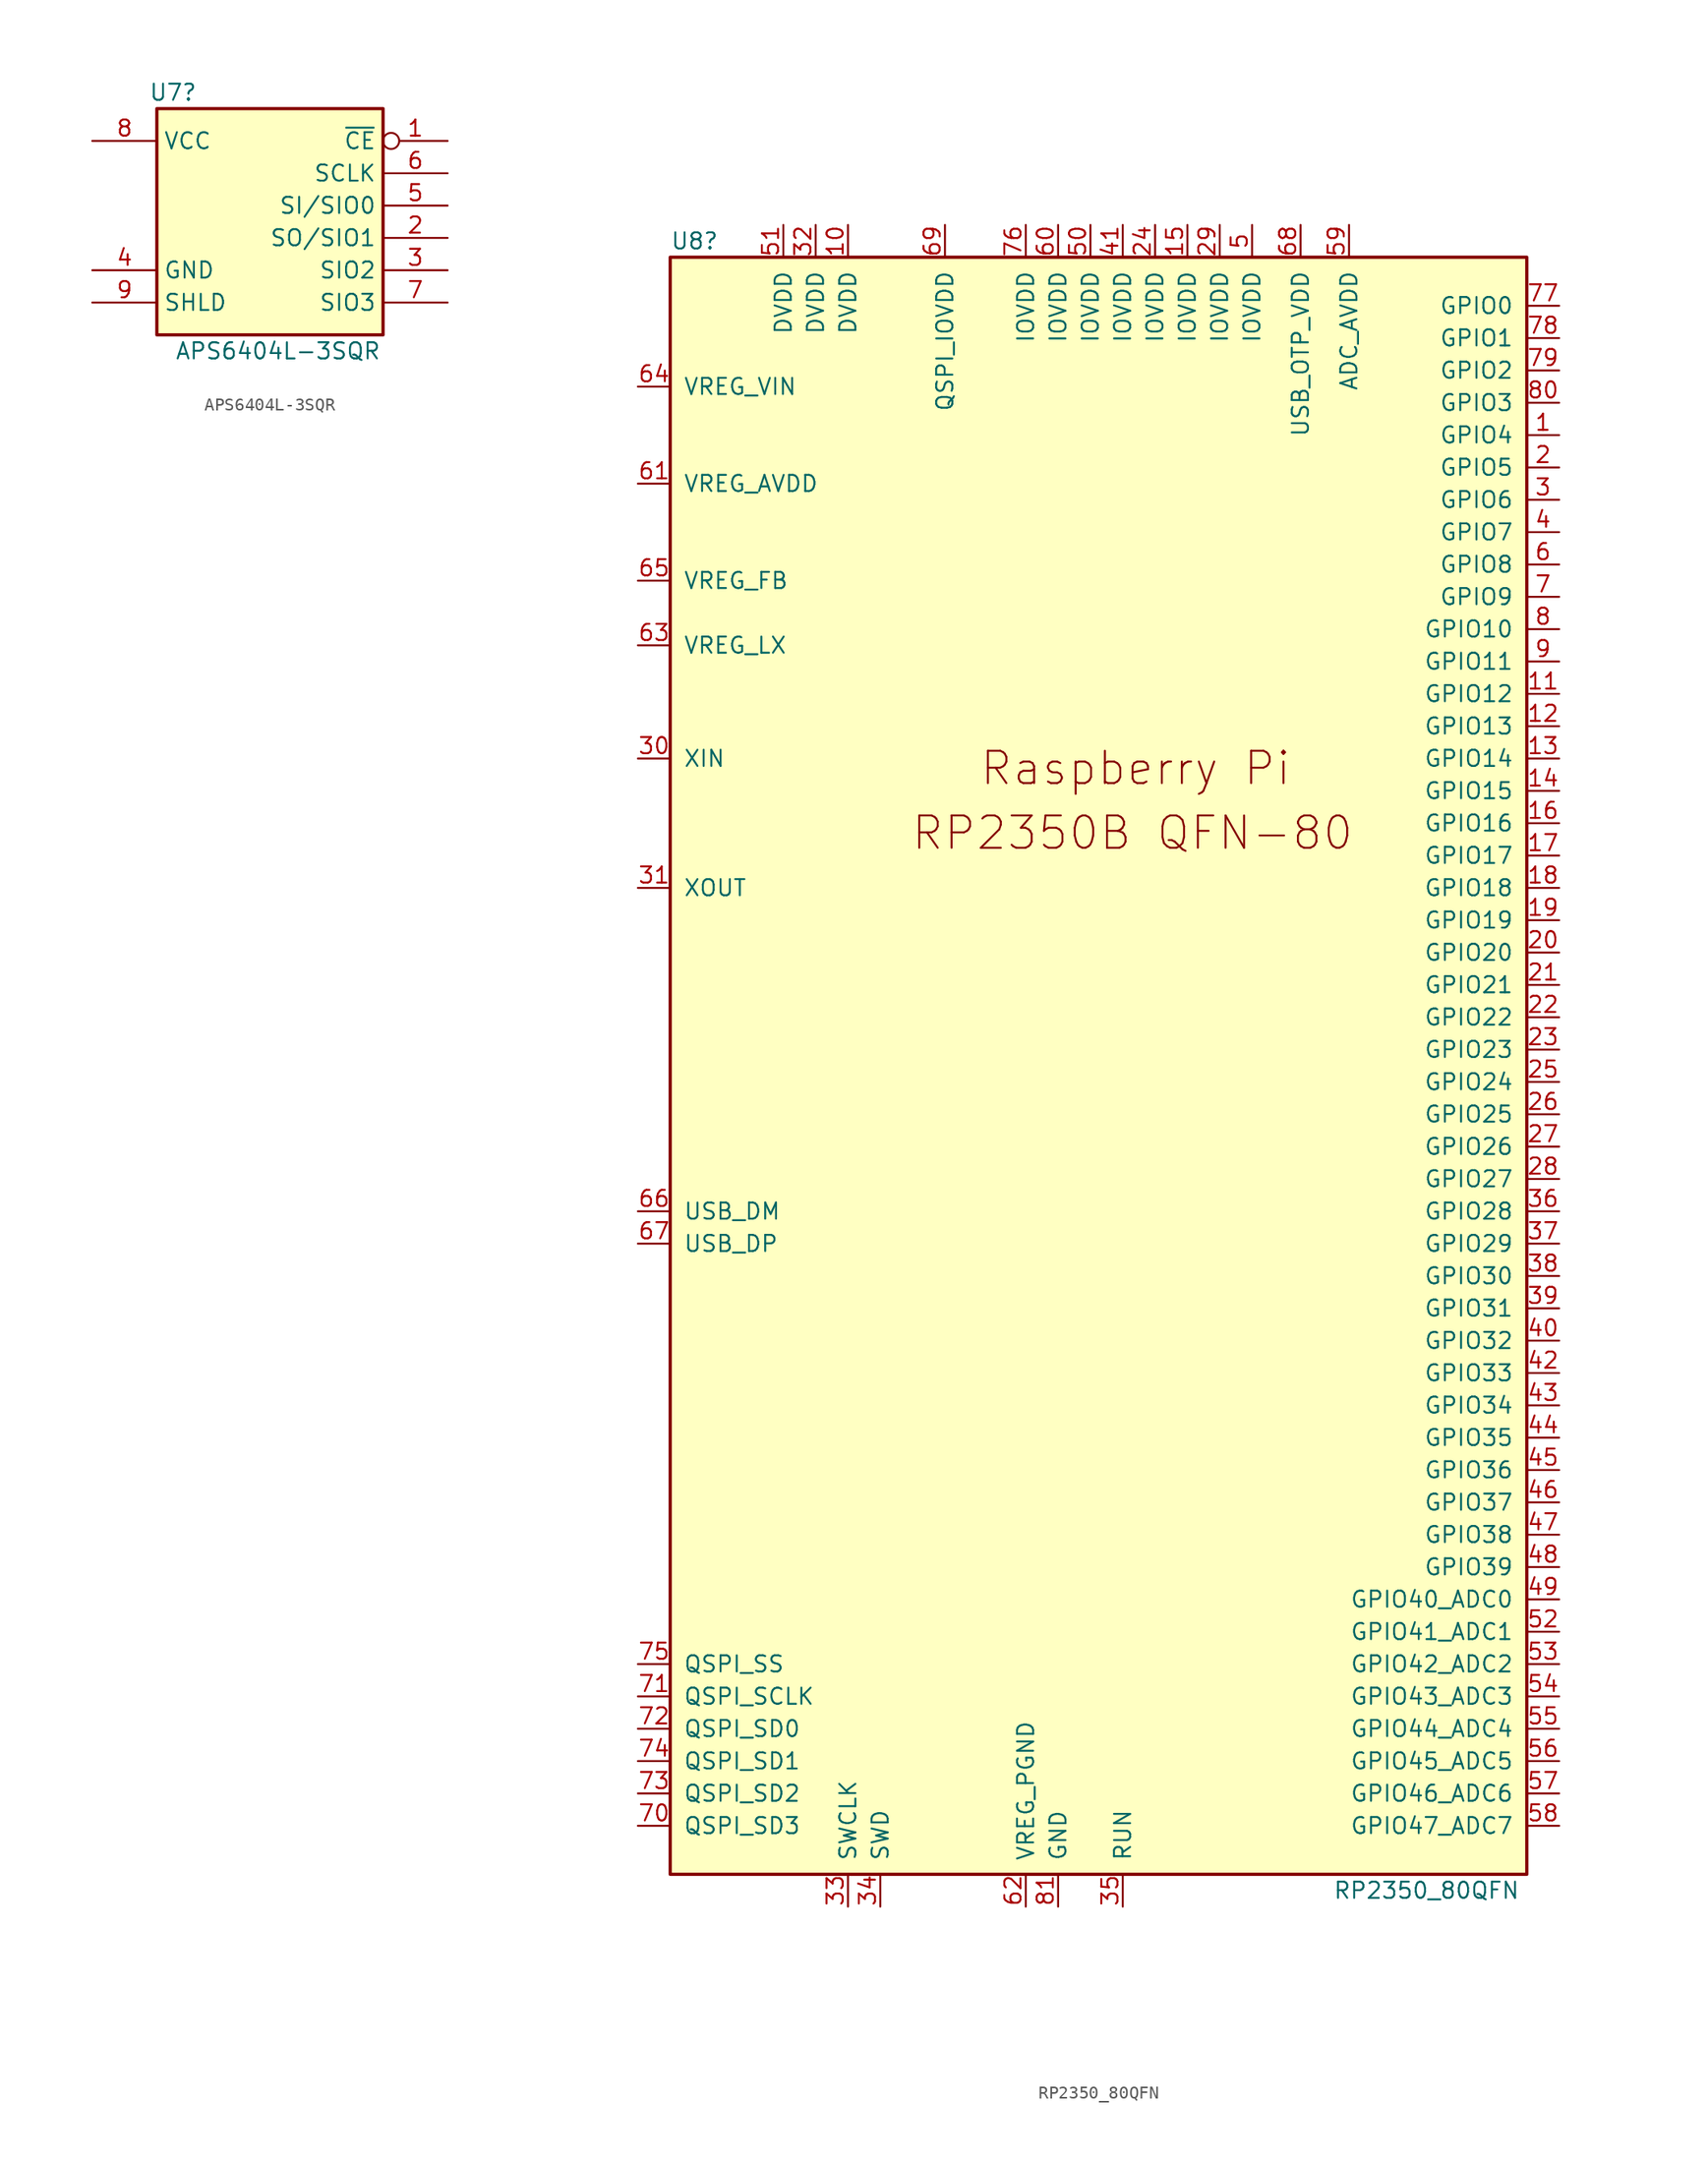
<source format=kicad_sym>
(kicad_symbol_lib
  (version 20231120)
  (generator "kicad_symbol_editor")
  (generator_version "8.0")
  (symbol "APS6404L-3SQR"
    (property "Reference" "U7"
      (at -8.89 10.16 0)
      (effects (font (size 1.27 1.27))))
    (property "Value" "APS6404L-3SQR"
      (at -0.635 -10.16 0)
      (effects (font (size 1.27 1.27))))
    (symbol "APS6404L-3SQR_0_1"
      (rectangle (start -10.16 8.89) (end 7.62 -8.89) (stroke (width 0.254) (type default)) (fill (type background))))
    (symbol "APS6404L-3SQR_1_1"
      (pin input inverted (at 12.7 6.35 180) (length 5.08) (name "~{CE}" (effects (font (size 1.27 1.27)))) (number "1" (effects (font (size 1.27 1.27)))))
      (pin bidirectional line (at 12.7 -1.27 180) (length 5.08) (name "SO/SIO1" (effects (font (size 1.27 1.27)))) (number "2" (effects (font (size 1.27 1.27)))))
      (pin bidirectional line (at 12.7 -3.81 180) (length 5.08) (name "SIO2" (effects (font (size 1.27 1.27)))) (number "3" (effects (font (size 1.27 1.27)))))
      (pin power_in line (at -15.24 -3.81 0) (length 5.08) (name "GND" (effects (font (size 1.27 1.27)))) (number "4" (effects (font (size 1.27 1.27)))))
      (pin bidirectional line (at 12.7 1.27 180) (length 5.08) (name "SI/SIO0" (effects (font (size 1.27 1.27)))) (number "5" (effects (font (size 1.27 1.27)))))
      (pin input line (at 12.7 3.81 180) (length 5.08) (name "SCLK" (effects (font (size 1.27 1.27)))) (number "6" (effects (font (size 1.27 1.27)))))
      (pin bidirectional line (at 12.7 -6.35 180) (length 5.08) (name "SIO3" (effects (font (size 1.27 1.27)))) (number "7" (effects (font (size 1.27 1.27)))))
      (pin power_in line (at -15.24 6.35 0) (length 5.08) (name "VCC" (effects (font (size 1.27 1.27)))) (number "8" (effects (font (size 1.27 1.27)))))
      (pin passive line (at -15.24 -6.35 0) (length 5.08) (name "SHLD" (effects (font (size 1.27 1.27)))) (number "9" (effects (font (size 1.27 1.27)))))))
  (symbol "RP2350_80QFN"
    (pin_names
      (offset 1.016))
    (property "Reference" "U8"
      (at -29.21 63.5 0)
      (effects (font (size 1.27 1.27)) (justify left)))
    (property "Value" "RP2350_80QFN"
      (at 22.86 -66.04 0)
      (effects (font (size 1.27 1.27)) (justify left)))
    (symbol "RP2350_80QFN_0_0"
      (text "Raspberry Pi" (at 7.366 22.098 0) (effects (font (size 2.54 2.54)))))
    (symbol "RP2350_80QFN_0_1"
      (rectangle (start -29.21 62.23) (end 38.1 -64.77) (stroke (width 0.254) (type default)) (fill (type background))))
    (symbol "RP2350_80QFN_1_0"
      (text "RP2350B QFN-80" (at 7.112 17.018 0) (effects (font (size 2.54 2.54)))))
    (symbol "RP2350_80QFN_1_1"
      (pin bidirectional line (at 40.64 48.26 180) (length 2.54) (name "GPIO4" (effects (font (size 1.27 1.27)))) (number "1" (effects (font (size 1.27 1.27)))))
      (pin power_in line (at -15.24 64.77 270) (length 2.54) (name "DVDD" (effects (font (size 1.27 1.27)))) (number "10" (effects (font (size 1.27 1.27)))))
      (pin bidirectional line (at 40.64 27.94 180) (length 2.54) (name "GPIO12" (effects (font (size 1.27 1.27)))) (number "11" (effects (font (size 1.27 1.27)))))
      (pin bidirectional line (at 40.64 25.4 180) (length 2.54) (name "GPIO13" (effects (font (size 1.27 1.27)))) (number "12" (effects (font (size 1.27 1.27)))))
      (pin bidirectional line (at 40.64 22.86 180) (length 2.54) (name "GPIO14" (effects (font (size 1.27 1.27)))) (number "13" (effects (font (size 1.27 1.27)))))
      (pin bidirectional line (at 40.64 20.32 180) (length 2.54) (name "GPIO15" (effects (font (size 1.27 1.27)))) (number "14" (effects (font (size 1.27 1.27)))))
      (pin power_in line (at 11.43 64.77 270) (length 2.54) (name "IOVDD" (effects (font (size 1.27 1.27)))) (number "15" (effects (font (size 1.27 1.27)))))
      (pin bidirectional line (at 40.64 17.78 180) (length 2.54) (name "GPIO16" (effects (font (size 1.27 1.27)))) (number "16" (effects (font (size 1.27 1.27)))))
      (pin bidirectional line (at 40.64 15.24 180) (length 2.54) (name "GPIO17" (effects (font (size 1.27 1.27)))) (number "17" (effects (font (size 1.27 1.27)))))
      (pin bidirectional line (at 40.64 12.7 180) (length 2.54) (name "GPIO18" (effects (font (size 1.27 1.27)))) (number "18" (effects (font (size 1.27 1.27)))))
      (pin bidirectional line (at 40.64 10.16 180) (length 2.54) (name "GPIO19" (effects (font (size 1.27 1.27)))) (number "19" (effects (font (size 1.27 1.27)))))
      (pin bidirectional line (at 40.64 45.72 180) (length 2.54) (name "GPIO5" (effects (font (size 1.27 1.27)))) (number "2" (effects (font (size 1.27 1.27)))))
      (pin bidirectional line (at 40.64 7.62 180) (length 2.54) (name "GPIO20" (effects (font (size 1.27 1.27)))) (number "20" (effects (font (size 1.27 1.27)))))
      (pin bidirectional line (at 40.64 5.08 180) (length 2.54) (name "GPIO21" (effects (font (size 1.27 1.27)))) (number "21" (effects (font (size 1.27 1.27)))))
      (pin bidirectional line (at 40.64 2.54 180) (length 2.54) (name "GPIO22" (effects (font (size 1.27 1.27)))) (number "22" (effects (font (size 1.27 1.27)))))
      (pin bidirectional line (at 40.64 0 180) (length 2.54) (name "GPIO23" (effects (font (size 1.27 1.27)))) (number "23" (effects (font (size 1.27 1.27)))))
      (pin power_in line (at 8.89 64.77 270) (length 2.54) (name "IOVDD" (effects (font (size 1.27 1.27)))) (number "24" (effects (font (size 1.27 1.27)))))
      (pin bidirectional line (at 40.64 -2.54 180) (length 2.54) (name "GPIO24" (effects (font (size 1.27 1.27)))) (number "25" (effects (font (size 1.27 1.27)))))
      (pin bidirectional line (at 40.64 -5.08 180) (length 2.54) (name "GPIO25" (effects (font (size 1.27 1.27)))) (number "26" (effects (font (size 1.27 1.27)))))
      (pin bidirectional line (at 40.64 -7.62 180) (length 2.54) (name "GPIO26" (effects (font (size 1.27 1.27)))) (number "27" (effects (font (size 1.27 1.27)))))
      (pin bidirectional line (at 40.64 -10.16 180) (length 2.54) (name "GPIO27" (effects (font (size 1.27 1.27)))) (number "28" (effects (font (size 1.27 1.27)))))
      (pin power_in line (at 13.97 64.77 270) (length 2.54) (name "IOVDD" (effects (font (size 1.27 1.27)))) (number "29" (effects (font (size 1.27 1.27)))))
      (pin bidirectional line (at 40.64 43.18 180) (length 2.54) (name "GPIO6" (effects (font (size 1.27 1.27)))) (number "3" (effects (font (size 1.27 1.27)))))
      (pin input line (at -31.75 22.86 0) (length 2.54) (name "XIN" (effects (font (size 1.27 1.27)))) (number "30" (effects (font (size 1.27 1.27)))))
      (pin passive line (at -31.75 12.7 0) (length 2.54) (name "XOUT" (effects (font (size 1.27 1.27)))) (number "31" (effects (font (size 1.27 1.27)))))
      (pin power_in line (at -17.78 64.77 270) (length 2.54) (name "DVDD" (effects (font (size 1.27 1.27)))) (number "32" (effects (font (size 1.27 1.27)))))
      (pin output line (at -15.24 -67.31 90) (length 2.54) (name "SWCLK" (effects (font (size 1.27 1.27)))) (number "33" (effects (font (size 1.27 1.27)))))
      (pin bidirectional line (at -12.7 -67.31 90) (length 2.54) (name "SWD" (effects (font (size 1.27 1.27)))) (number "34" (effects (font (size 1.27 1.27)))))
      (pin input line (at 6.35 -67.31 90) (length 2.54) (name "RUN" (effects (font (size 1.27 1.27)))) (number "35" (effects (font (size 1.27 1.27)))))
      (pin bidirectional line (at 40.64 -12.7 180) (length 2.54) (name "GPIO28" (effects (font (size 1.27 1.27)))) (number "36" (effects (font (size 1.27 1.27)))))
      (pin bidirectional line (at 40.64 -15.24 180) (length 2.54) (name "GPIO29" (effects (font (size 1.27 1.27)))) (number "37" (effects (font (size 1.27 1.27)))))
      (pin bidirectional line (at 40.64 -17.78 180) (length 2.54) (name "GPIO30" (effects (font (size 1.27 1.27)))) (number "38" (effects (font (size 1.27 1.27)))))
      (pin bidirectional line (at 40.64 -20.32 180) (length 2.54) (name "GPIO31" (effects (font (size 1.27 1.27)))) (number "39" (effects (font (size 1.27 1.27)))))
      (pin bidirectional line (at 40.64 40.64 180) (length 2.54) (name "GPIO7" (effects (font (size 1.27 1.27)))) (number "4" (effects (font (size 1.27 1.27)))))
      (pin bidirectional line (at 40.64 -22.86 180) (length 2.54) (name "GPIO32" (effects (font (size 1.27 1.27)))) (number "40" (effects (font (size 1.27 1.27)))))
      (pin power_in line (at 6.35 64.77 270) (length 2.54) (name "IOVDD" (effects (font (size 1.27 1.27)))) (number "41" (effects (font (size 1.27 1.27)))))
      (pin bidirectional line (at 40.64 -25.4 180) (length 2.54) (name "GPIO33" (effects (font (size 1.27 1.27)))) (number "42" (effects (font (size 1.27 1.27)))))
      (pin bidirectional line (at 40.64 -27.94 180) (length 2.54) (name "GPIO34" (effects (font (size 1.27 1.27)))) (number "43" (effects (font (size 1.27 1.27)))))
      (pin bidirectional line (at 40.64 -30.48 180) (length 2.54) (name "GPIO35" (effects (font (size 1.27 1.27)))) (number "44" (effects (font (size 1.27 1.27)))))
      (pin bidirectional line (at 40.64 -33.02 180) (length 2.54) (name "GPIO36" (effects (font (size 1.27 1.27)))) (number "45" (effects (font (size 1.27 1.27)))))
      (pin bidirectional line (at 40.64 -35.56 180) (length 2.54) (name "GPIO37" (effects (font (size 1.27 1.27)))) (number "46" (effects (font (size 1.27 1.27)))))
      (pin bidirectional line (at 40.64 -38.1 180) (length 2.54) (name "GPIO38" (effects (font (size 1.27 1.27)))) (number "47" (effects (font (size 1.27 1.27)))))
      (pin bidirectional line (at 40.64 -40.64 180) (length 2.54) (name "GPIO39" (effects (font (size 1.27 1.27)))) (number "48" (effects (font (size 1.27 1.27)))))
      (pin bidirectional line (at 40.64 -43.18 180) (length 2.54) (name "GPIO40_ADC0" (effects (font (size 1.27 1.27)))) (number "49" (effects (font (size 1.27 1.27)))))
      (pin power_in line (at 16.51 64.77 270) (length 2.54) (name "IOVDD" (effects (font (size 1.27 1.27)))) (number "5" (effects (font (size 1.27 1.27)))))
      (pin power_in line (at 3.81 64.77 270) (length 2.54) (name "IOVDD" (effects (font (size 1.27 1.27)))) (number "50" (effects (font (size 1.27 1.27)))))
      (pin power_in line (at -20.32 64.77 270) (length 2.54) (name "DVDD" (effects (font (size 1.27 1.27)))) (number "51" (effects (font (size 1.27 1.27)))))
      (pin bidirectional line (at 40.64 -45.72 180) (length 2.54) (name "GPIO41_ADC1" (effects (font (size 1.27 1.27)))) (number "52" (effects (font (size 1.27 1.27)))))
      (pin bidirectional line (at 40.64 -48.26 180) (length 2.54) (name "GPIO42_ADC2" (effects (font (size 1.27 1.27)))) (number "53" (effects (font (size 1.27 1.27)))))
      (pin bidirectional line (at 40.64 -50.8 180) (length 2.54) (name "GPIO43_ADC3" (effects (font (size 1.27 1.27)))) (number "54" (effects (font (size 1.27 1.27)))))
      (pin bidirectional line (at 40.64 -53.34 180) (length 2.54) (name "GPIO44_ADC4" (effects (font (size 1.27 1.27)))) (number "55" (effects (font (size 1.27 1.27)))))
      (pin bidirectional line (at 40.64 -55.88 180) (length 2.54) (name "GPIO45_ADC5" (effects (font (size 1.27 1.27)))) (number "56" (effects (font (size 1.27 1.27)))))
      (pin bidirectional line (at 40.64 -58.42 180) (length 2.54) (name "GPIO46_ADC6" (effects (font (size 1.27 1.27)))) (number "57" (effects (font (size 1.27 1.27)))))
      (pin bidirectional line (at 40.64 -60.96 180) (length 2.54) (name "GPIO47_ADC7" (effects (font (size 1.27 1.27)))) (number "58" (effects (font (size 1.27 1.27)))))
      (pin power_in line (at 24.13 64.77 270) (length 2.54) (name "ADC_AVDD" (effects (font (size 1.27 1.27)))) (number "59" (effects (font (size 1.27 1.27)))))
      (pin bidirectional line (at 40.64 38.1 180) (length 2.54) (name "GPIO8" (effects (font (size 1.27 1.27)))) (number "6" (effects (font (size 1.27 1.27)))))
      (pin power_in line (at 1.27 64.77 270) (length 2.54) (name "IOVDD" (effects (font (size 1.27 1.27)))) (number "60" (effects (font (size 1.27 1.27)))))
      (pin input line (at -31.75 44.45 0) (length 2.54) (name "VREG_AVDD" (effects (font (size 1.27 1.27)))) (number "61" (effects (font (size 1.27 1.27)))))
      (pin power_in line (at -1.27 -67.31 90) (length 2.54) (name "VREG_PGND" (effects (font (size 1.27 1.27)))) (number "62" (effects (font (size 1.27 1.27)))))
      (pin power_out line (at -31.75 31.75 0) (length 2.54) (name "VREG_LX" (effects (font (size 1.27 1.27)))) (number "63" (effects (font (size 1.27 1.27)))))
      (pin power_in line (at -31.75 52.07 0) (length 2.54) (name "VREG_VIN" (effects (font (size 1.27 1.27)))) (number "64" (effects (font (size 1.27 1.27)))))
      (pin input line (at -31.75 36.83 0) (length 2.54) (name "VREG_FB" (effects (font (size 1.27 1.27)))) (number "65" (effects (font (size 1.27 1.27)))))
      (pin bidirectional line (at -31.75 -12.7 0) (length 2.54) (name "USB_DM" (effects (font (size 1.27 1.27)))) (number "66" (effects (font (size 1.27 1.27)))))
      (pin bidirectional line (at -31.75 -15.24 0) (length 2.54) (name "USB_DP" (effects (font (size 1.27 1.27)))) (number "67" (effects (font (size 1.27 1.27)))))
      (pin power_in line (at 20.32 64.77 270) (length 2.54) (name "USB_OTP_VDD" (effects (font (size 1.27 1.27)))) (number "68" (effects (font (size 1.27 1.27)))))
      (pin power_in line (at -7.62 64.77 270) (length 2.54) (name "QSPI_IOVDD" (effects (font (size 1.27 1.27)))) (number "69" (effects (font (size 1.27 1.27)))))
      (pin bidirectional line (at 40.64 35.56 180) (length 2.54) (name "GPIO9" (effects (font (size 1.27 1.27)))) (number "7" (effects (font (size 1.27 1.27)))))
      (pin bidirectional line (at -31.75 -60.96 0) (length 2.54) (name "QSPI_SD3" (effects (font (size 1.27 1.27)))) (number "70" (effects (font (size 1.27 1.27)))))
      (pin output line (at -31.75 -50.8 0) (length 2.54) (name "QSPI_SCLK" (effects (font (size 1.27 1.27)))) (number "71" (effects (font (size 1.27 1.27)))))
      (pin bidirectional line (at -31.75 -53.34 0) (length 2.54) (name "QSPI_SD0" (effects (font (size 1.27 1.27)))) (number "72" (effects (font (size 1.27 1.27)))))
      (pin bidirectional line (at -31.75 -58.42 0) (length 2.54) (name "QSPI_SD2" (effects (font (size 1.27 1.27)))) (number "73" (effects (font (size 1.27 1.27)))))
      (pin bidirectional line (at -31.75 -55.88 0) (length 2.54) (name "QSPI_SD1" (effects (font (size 1.27 1.27)))) (number "74" (effects (font (size 1.27 1.27)))))
      (pin bidirectional line (at -31.75 -48.26 0) (length 2.54) (name "QSPI_SS" (effects (font (size 1.27 1.27)))) (number "75" (effects (font (size 1.27 1.27)))))
      (pin power_in line (at -1.27 64.77 270) (length 2.54) (name "IOVDD" (effects (font (size 1.27 1.27)))) (number "76" (effects (font (size 1.27 1.27)))))
      (pin bidirectional line (at 40.64 58.42 180) (length 2.54) (name "GPIO0" (effects (font (size 1.27 1.27)))) (number "77" (effects (font (size 1.27 1.27)))))
      (pin bidirectional line (at 40.64 55.88 180) (length 2.54) (name "GPIO1" (effects (font (size 1.27 1.27)))) (number "78" (effects (font (size 1.27 1.27)))))
      (pin bidirectional line (at 40.64 53.34 180) (length 2.54) (name "GPIO2" (effects (font (size 1.27 1.27)))) (number "79" (effects (font (size 1.27 1.27)))))
      (pin bidirectional line (at 40.64 33.02 180) (length 2.54) (name "GPIO10" (effects (font (size 1.27 1.27)))) (number "8" (effects (font (size 1.27 1.27)))))
      (pin bidirectional line (at 40.64 50.8 180) (length 2.54) (name "GPIO3" (effects (font (size 1.27 1.27)))) (number "80" (effects (font (size 1.27 1.27)))))
      (pin power_in line (at 1.27 -67.31 90) (length 2.54) (name "GND" (effects (font (size 1.27 1.27)))) (number "81" (effects (font (size 1.27 1.27)))))
      (pin bidirectional line (at 40.64 30.48 180) (length 2.54) (name "GPIO11" (effects (font (size 1.27 1.27)))) (number "9" (effects (font (size 1.27 1.27))))))))
</source>
